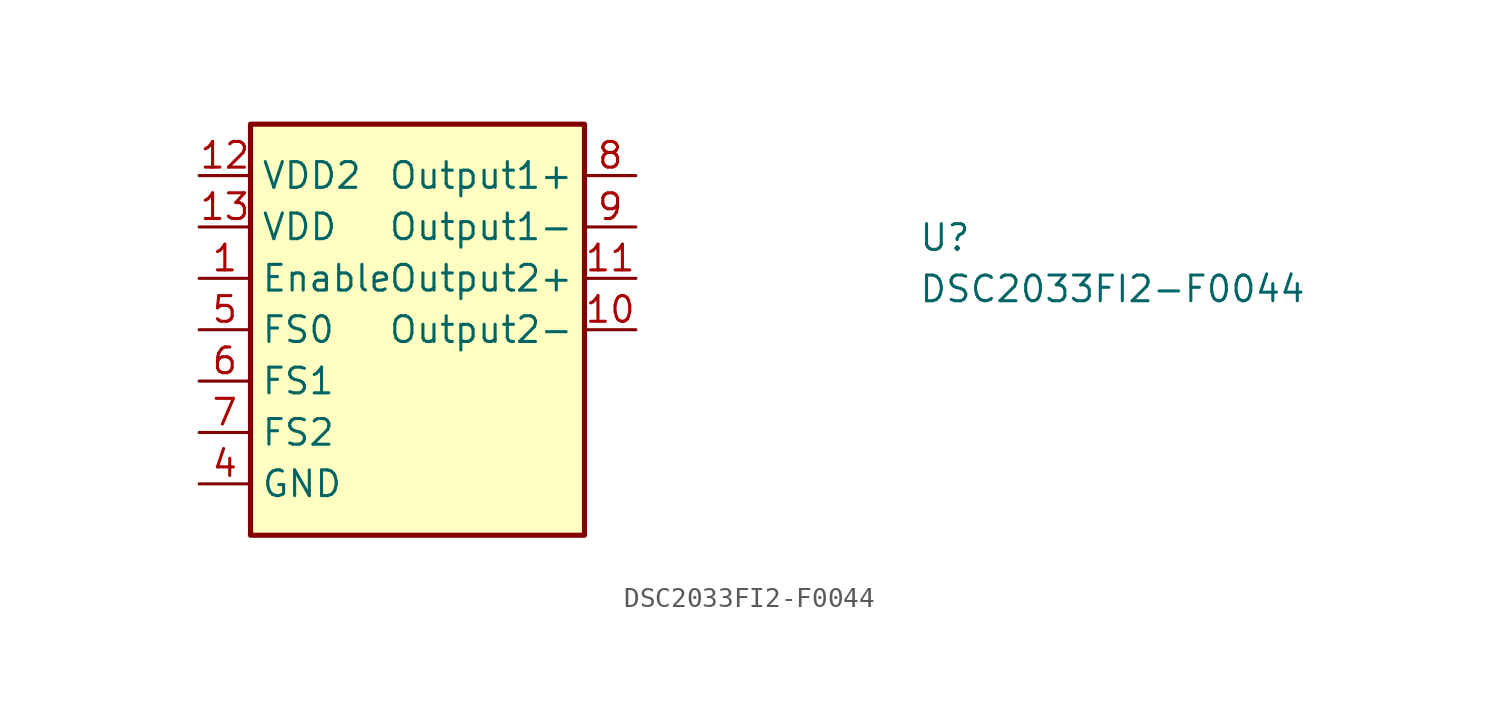
<source format=kicad_sym>
(kicad_symbol_lib
  (version 20211014)
  (generator kicad_symbol_editor)
  (symbol "DSC2033FI2-F0044"
    (property "Reference" "U"
      (at 35.56 -3.81 0)
      (effects (font (size 1.27 1.27) (thickness 0.15)) (justify left bottom)))
    (property "Value" "DSC2033FI2-F0044"
      (at 35.56 -6.35 0)
      (effects (font (size 1.27 1.27) (thickness 0.15)) (justify left bottom)))
    (symbol "DSC2033FI2-F0044_1_1"
      (rectangle (start 2.54 2.54) (end 19.05 -17.78) (stroke (width 0.254) (type default) (color 0 0 0 0)) (fill (type background)))
      (pin input line (at 0 -5.08 0) (length 2.54) (name "Enable" (effects (font (size 1.27 1.27)))) (number "1" (effects (font (size 1.27 1.27)))))
      (pin output line (at 21.59 -7.62 180) (length 2.54) (name "Output2-" (effects (font (size 1.27 1.27)))) (number "10" (effects (font (size 1.27 1.27)))))
      (pin output line (at 21.59 -5.08 180) (length 2.54) (name "Output2+" (effects (font (size 1.27 1.27)))) (number "11" (effects (font (size 1.27 1.27)))))
      (pin power_in line (at 0 0 0) (length 2.54) (name "VDD2" (effects (font (size 1.27 1.27)))) (number "12" (effects (font (size 1.27 1.27)))))
      (pin power_in line (at 0 -2.54 0) (length 2.54) (name "VDD" (effects (font (size 1.27 1.27)))) (number "13" (effects (font (size 1.27 1.27)))))
      (pin no_connect line (at 19.05 -10.16 180) (length 2.54) hide (name "~" (effects (font (size 1.27 1.27)))) (number "2" (effects (font (size 1.27 1.27)))))
      (pin no_connect line (at 19.05 -12.7 180) (length 2.54) hide (name "~" (effects (font (size 1.27 1.27)))) (number "3" (effects (font (size 1.27 1.27)))))
      (pin power_in line (at 0 -15.24 0) (length 2.54) (name "GND" (effects (font (size 1.27 1.27)))) (number "4" (effects (font (size 1.27 1.27)))))
      (pin input line (at 0 -7.62 0) (length 2.54) (name "FS0" (effects (font (size 1.27 1.27)))) (number "5" (effects (font (size 1.27 1.27)))))
      (pin input line (at 0 -10.16 0) (length 2.54) (name "FS1" (effects (font (size 1.27 1.27)))) (number "6" (effects (font (size 1.27 1.27)))))
      (pin input line (at 0 -12.7 0) (length 2.54) (name "FS2" (effects (font (size 1.27 1.27)))) (number "7" (effects (font (size 1.27 1.27)))))
      (pin output line (at 21.59 0 180) (length 2.54) (name "Output1+" (effects (font (size 1.27 1.27)))) (number "8" (effects (font (size 1.27 1.27)))))
      (pin output line (at 21.59 -2.54 180) (length 2.54) (name "Output1-" (effects (font (size 1.27 1.27)))) (number "9" (effects (font (size 1.27 1.27))))))))
</source>
